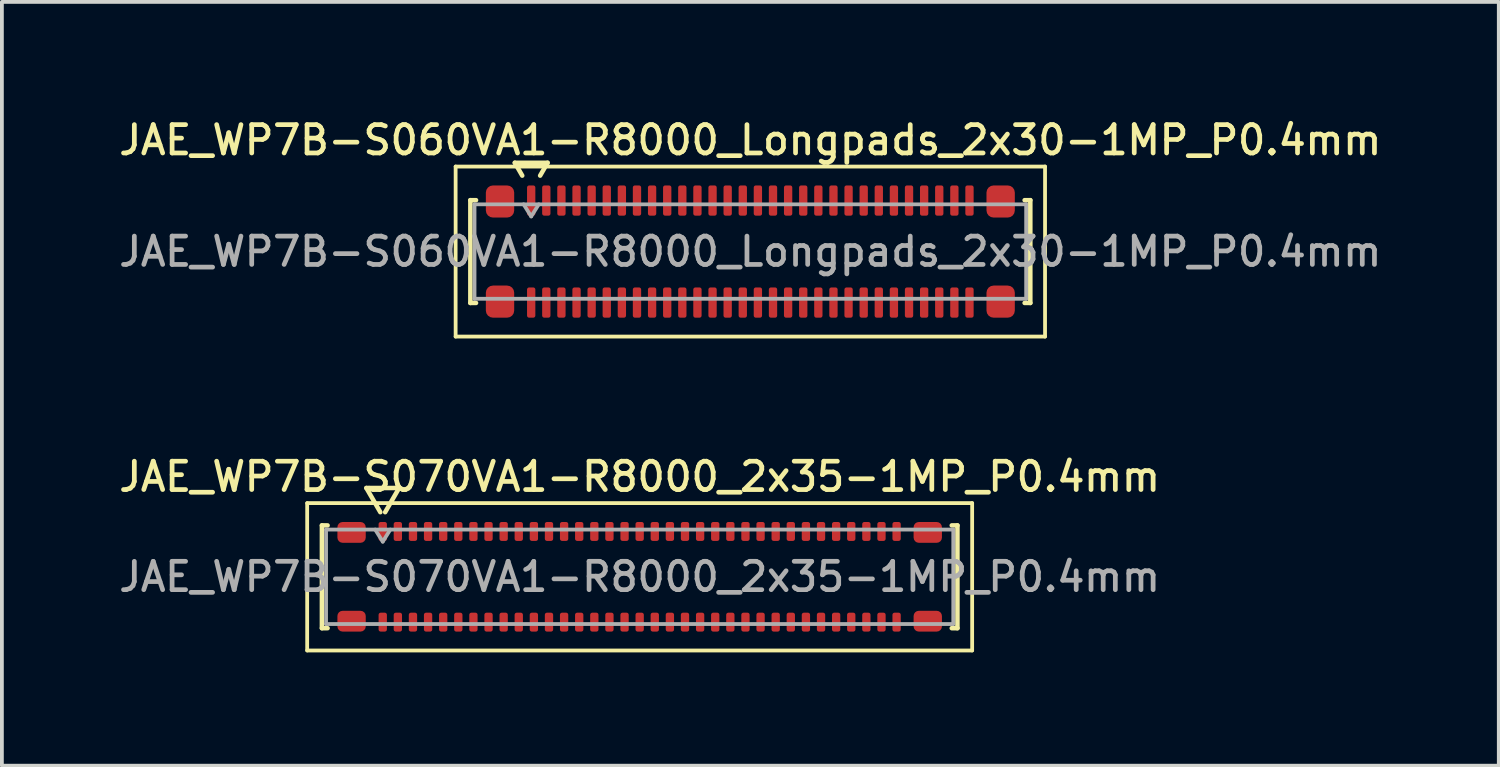
<source format=kicad_pcb>
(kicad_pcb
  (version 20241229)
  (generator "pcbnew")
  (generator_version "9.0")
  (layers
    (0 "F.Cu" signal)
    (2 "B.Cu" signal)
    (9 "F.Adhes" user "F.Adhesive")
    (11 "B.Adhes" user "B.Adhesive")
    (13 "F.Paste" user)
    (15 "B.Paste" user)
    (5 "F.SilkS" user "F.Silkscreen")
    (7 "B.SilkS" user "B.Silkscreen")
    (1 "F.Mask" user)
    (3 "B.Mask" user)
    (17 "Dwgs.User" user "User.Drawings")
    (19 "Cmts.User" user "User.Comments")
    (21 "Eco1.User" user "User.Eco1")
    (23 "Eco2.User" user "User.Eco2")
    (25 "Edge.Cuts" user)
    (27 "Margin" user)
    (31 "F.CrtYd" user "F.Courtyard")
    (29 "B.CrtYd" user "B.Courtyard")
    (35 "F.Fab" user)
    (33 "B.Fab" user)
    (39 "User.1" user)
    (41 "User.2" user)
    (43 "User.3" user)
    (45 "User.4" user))
  (footprint "JAE_WP7B-S070VA1-R8000_2x35-1MP_P0.4mm"
    (layer "F.Cu")
    (at 13.88 12.216)
    (property "Reference" "JAE_WP7B-S070VA1-R8000_2x35-1MP_P0.4mm" (at 0 -2.65 0) (layer "F.SilkS") (effects (font (size 0.75 0.75) (thickness 0.125))))
    (attr smd)
    (fp_line (start -8.8 -1.95) (end -8.8 1.95) (stroke (width 0.1) (type solid)) (layer "F.SilkS"))
    (fp_line (start -8.8 1.95) (end 8.8 1.95) (stroke (width 0.1) (type solid)) (layer "F.SilkS"))
    (fp_line (start -8.41 -1.36) (end -8.26 -1.36) (stroke (width 0.12) (type solid)) (layer "F.SilkS"))
    (fp_line (start -8.41 1.36) (end -8.41 -1.36) (stroke (width 0.12) (type solid)) (layer "F.SilkS"))
    (fp_line (start -8.26 1.36) (end -8.41 1.36) (stroke (width 0.12) (type solid)) (layer "F.SilkS"))
    (fp_line (start -7.233 -2.35) (end -6.864 -1.71) (stroke (width 0.12) (type solid)) (layer "F.SilkS"))
    (fp_line (start -6.736 -1.71) (end -6.367 -2.35) (stroke (width 0.12) (type solid)) (layer "F.SilkS"))
    (fp_line (start -6.367 -2.35) (end -7.233 -2.35) (stroke (width 0.12) (type solid)) (layer "F.SilkS"))
    (fp_line (start 8.26 -1.36) (end 8.41 -1.36) (stroke (width 0.12) (type solid)) (layer "F.SilkS"))
    (fp_line (start 8.41 -1.36) (end 8.41 1.36) (stroke (width 0.12) (type solid)) (layer "F.SilkS"))
    (fp_line (start 8.41 1.36) (end 8.26 1.36) (stroke (width 0.12) (type solid)) (layer "F.SilkS"))
    (fp_line (start 8.8 -1.95) (end -8.8 -1.95) (stroke (width 0.1) (type solid)) (layer "F.SilkS"))
    (fp_line (start 8.8 1.95) (end 8.8 -1.95) (stroke (width 0.1) (type solid)) (layer "F.SilkS"))
    (fp_line (start -8.3 -1.25) (end 8.3 -1.25) (stroke (width 0.1) (type solid)) (layer "F.Fab"))
    (fp_line (start -8.3 1.25) (end -8.3 -1.25) (stroke (width 0.1) (type solid)) (layer "F.Fab"))
    (fp_line (start -7 -1.25) (end -6.8 -0.93) (stroke (width 0.1) (type solid)) (layer "F.Fab"))
    (fp_line (start -6.8 -0.93) (end -6.6 -1.25) (stroke (width 0.1) (type solid)) (layer "F.Fab"))
    (fp_line (start 8.3 -1.25) (end 8.3 1.25) (stroke (width 0.1) (type solid)) (layer "F.Fab"))
    (fp_line (start 8.3 1.25) (end -8.3 1.25) (stroke (width 0.1) (type solid)) (layer "F.Fab"))
    (fp_text user "${REFERENCE}" (at 0 0 0) (layer "F.Fab") (effects (font (size 0.75 0.75) (thickness 0.125))))
    (pad "1" smd roundrect (at -6.8 -1.2) (size 0.22 0.5) (layers "F.Cu" "F.Mask" "F.Paste") (roundrect_rratio 0.25))
    (pad "2" smd roundrect (at -6.8 1.2) (size 0.22 0.5) (layers "F.Cu" "F.Mask" "F.Paste") (roundrect_rratio 0.25))
    (pad "3" smd roundrect (at -6.4 -1.2) (size 0.22 0.5) (layers "F.Cu" "F.Mask" "F.Paste") (roundrect_rratio 0.25))
    (pad "4" smd roundrect (at -6.4 1.2) (size 0.22 0.5) (layers "F.Cu" "F.Mask" "F.Paste") (roundrect_rratio 0.25))
    (pad "5" smd roundrect (at -6 -1.2) (size 0.22 0.5) (layers "F.Cu" "F.Mask" "F.Paste") (roundrect_rratio 0.25))
    (pad "6" smd roundrect (at -6 1.2) (size 0.22 0.5) (layers "F.Cu" "F.Mask" "F.Paste") (roundrect_rratio 0.25))
    (pad "7" smd roundrect (at -5.6 -1.2) (size 0.22 0.5) (layers "F.Cu" "F.Mask" "F.Paste") (roundrect_rratio 0.25))
    (pad "8" smd roundrect (at -5.6 1.2) (size 0.22 0.5) (layers "F.Cu" "F.Mask" "F.Paste") (roundrect_rratio 0.25))
    (pad "9" smd roundrect (at -5.2 -1.2) (size 0.22 0.5) (layers "F.Cu" "F.Mask" "F.Paste") (roundrect_rratio 0.25))
    (pad "10" smd roundrect (at -5.2 1.2) (size 0.22 0.5) (layers "F.Cu" "F.Mask" "F.Paste") (roundrect_rratio 0.25))
    (pad "11" smd roundrect (at -4.8 -1.2) (size 0.22 0.5) (layers "F.Cu" "F.Mask" "F.Paste") (roundrect_rratio 0.25))
    (pad "12" smd roundrect (at -4.8 1.2) (size 0.22 0.5) (layers "F.Cu" "F.Mask" "F.Paste") (roundrect_rratio 0.25))
    (pad "13" smd roundrect (at -4.4 -1.2) (size 0.22 0.5) (layers "F.Cu" "F.Mask" "F.Paste") (roundrect_rratio 0.25))
    (pad "14" smd roundrect (at -4.4 1.2) (size 0.22 0.5) (layers "F.Cu" "F.Mask" "F.Paste") (roundrect_rratio 0.25))
    (pad "15" smd roundrect (at -4 -1.2) (size 0.22 0.5) (layers "F.Cu" "F.Mask" "F.Paste") (roundrect_rratio 0.25))
    (pad "16" smd roundrect (at -4 1.2) (size 0.22 0.5) (layers "F.Cu" "F.Mask" "F.Paste") (roundrect_rratio 0.25))
    (pad "17" smd roundrect (at -3.6 -1.2) (size 0.22 0.5) (layers "F.Cu" "F.Mask" "F.Paste") (roundrect_rratio 0.25))
    (pad "18" smd roundrect (at -3.6 1.2) (size 0.22 0.5) (layers "F.Cu" "F.Mask" "F.Paste") (roundrect_rratio 0.25))
    (pad "19" smd roundrect (at -3.2 -1.2) (size 0.22 0.5) (layers "F.Cu" "F.Mask" "F.Paste") (roundrect_rratio 0.25))
    (pad "20" smd roundrect (at -3.2 1.2) (size 0.22 0.5) (layers "F.Cu" "F.Mask" "F.Paste") (roundrect_rratio 0.25))
    (pad "21" smd roundrect (at -2.8 -1.2) (size 0.22 0.5) (layers "F.Cu" "F.Mask" "F.Paste") (roundrect_rratio 0.25))
    (pad "22" smd roundrect (at -2.8 1.2) (size 0.22 0.5) (layers "F.Cu" "F.Mask" "F.Paste") (roundrect_rratio 0.25))
    (pad "23" smd roundrect (at -2.4 -1.2) (size 0.22 0.5) (layers "F.Cu" "F.Mask" "F.Paste") (roundrect_rratio 0.25))
    (pad "24" smd roundrect (at -2.4 1.2) (size 0.22 0.5) (layers "F.Cu" "F.Mask" "F.Paste") (roundrect_rratio 0.25))
    (pad "25" smd roundrect (at -2 -1.2) (size 0.22 0.5) (layers "F.Cu" "F.Mask" "F.Paste") (roundrect_rratio 0.25))
    (pad "26" smd roundrect (at -2 1.2) (size 0.22 0.5) (layers "F.Cu" "F.Mask" "F.Paste") (roundrect_rratio 0.25))
    (pad "27" smd roundrect (at -1.6 -1.2) (size 0.22 0.5) (layers "F.Cu" "F.Mask" "F.Paste") (roundrect_rratio 0.25))
    (pad "28" smd roundrect (at -1.6 1.2) (size 0.22 0.5) (layers "F.Cu" "F.Mask" "F.Paste") (roundrect_rratio 0.25))
    (pad "29" smd roundrect (at -1.2 -1.2) (size 0.22 0.5) (layers "F.Cu" "F.Mask" "F.Paste") (roundrect_rratio 0.25))
    (pad "30" smd roundrect (at -1.2 1.2) (size 0.22 0.5) (layers "F.Cu" "F.Mask" "F.Paste") (roundrect_rratio 0.25))
    (pad "31" smd roundrect (at -0.8 -1.2) (size 0.22 0.5) (layers "F.Cu" "F.Mask" "F.Paste") (roundrect_rratio 0.25))
    (pad "32" smd roundrect (at -0.8 1.2) (size 0.22 0.5) (layers "F.Cu" "F.Mask" "F.Paste") (roundrect_rratio 0.25))
    (pad "33" smd roundrect (at -0.4 -1.2) (size 0.22 0.5) (layers "F.Cu" "F.Mask" "F.Paste") (roundrect_rratio 0.25))
    (pad "34" smd roundrect (at -0.4 1.2) (size 0.22 0.5) (layers "F.Cu" "F.Mask" "F.Paste") (roundrect_rratio 0.25))
    (pad "35" smd roundrect (at 0 -1.2) (size 0.22 0.5) (layers "F.Cu" "F.Mask" "F.Paste") (roundrect_rratio 0.25))
    (pad "36" smd roundrect (at 0 1.2) (size 0.22 0.5) (layers "F.Cu" "F.Mask" "F.Paste") (roundrect_rratio 0.25))
    (pad "37" smd roundrect (at 0.4 -1.2) (size 0.22 0.5) (layers "F.Cu" "F.Mask" "F.Paste") (roundrect_rratio 0.25))
    (pad "38" smd roundrect (at 0.4 1.2) (size 0.22 0.5) (layers "F.Cu" "F.Mask" "F.Paste") (roundrect_rratio 0.25))
    (pad "39" smd roundrect (at 0.8 -1.2) (size 0.22 0.5) (layers "F.Cu" "F.Mask" "F.Paste") (roundrect_rratio 0.25))
    (pad "40" smd roundrect (at 0.8 1.2) (size 0.22 0.5) (layers "F.Cu" "F.Mask" "F.Paste") (roundrect_rratio 0.25))
    (pad "41" smd roundrect (at 1.2 -1.2) (size 0.22 0.5) (layers "F.Cu" "F.Mask" "F.Paste") (roundrect_rratio 0.25))
    (pad "42" smd roundrect (at 1.2 1.2) (size 0.22 0.5) (layers "F.Cu" "F.Mask" "F.Paste") (roundrect_rratio 0.25))
    (pad "43" smd roundrect (at 1.6 -1.2) (size 0.22 0.5) (layers "F.Cu" "F.Mask" "F.Paste") (roundrect_rratio 0.25))
    (pad "44" smd roundrect (at 1.6 1.2) (size 0.22 0.5) (layers "F.Cu" "F.Mask" "F.Paste") (roundrect_rratio 0.25))
    (pad "45" smd roundrect (at 2 -1.2) (size 0.22 0.5) (layers "F.Cu" "F.Mask" "F.Paste") (roundrect_rratio 0.25))
    (pad "46" smd roundrect (at 2 1.2) (size 0.22 0.5) (layers "F.Cu" "F.Mask" "F.Paste") (roundrect_rratio 0.25))
    (pad "47" smd roundrect (at 2.4 -1.2) (size 0.22 0.5) (layers "F.Cu" "F.Mask" "F.Paste") (roundrect_rratio 0.25))
    (pad "48" smd roundrect (at 2.4 1.2) (size 0.22 0.5) (layers "F.Cu" "F.Mask" "F.Paste") (roundrect_rratio 0.25))
    (pad "49" smd roundrect (at 2.8 -1.2) (size 0.22 0.5) (layers "F.Cu" "F.Mask" "F.Paste") (roundrect_rratio 0.25))
    (pad "50" smd roundrect (at 2.8 1.2) (size 0.22 0.5) (layers "F.Cu" "F.Mask" "F.Paste") (roundrect_rratio 0.25))
    (pad "51" smd roundrect (at 3.2 -1.2) (size 0.22 0.5) (layers "F.Cu" "F.Mask" "F.Paste") (roundrect_rratio 0.25))
    (pad "52" smd roundrect (at 3.2 1.2) (size 0.22 0.5) (layers "F.Cu" "F.Mask" "F.Paste") (roundrect_rratio 0.25))
    (pad "53" smd roundrect (at 3.6 -1.2) (size 0.22 0.5) (layers "F.Cu" "F.Mask" "F.Paste") (roundrect_rratio 0.25))
    (pad "54" smd roundrect (at 3.6 1.2) (size 0.22 0.5) (layers "F.Cu" "F.Mask" "F.Paste") (roundrect_rratio 0.25))
    (pad "55" smd roundrect (at 4 -1.2) (size 0.22 0.5) (layers "F.Cu" "F.Mask" "F.Paste") (roundrect_rratio 0.25))
    (pad "56" smd roundrect (at 4 1.2) (size 0.22 0.5) (layers "F.Cu" "F.Mask" "F.Paste") (roundrect_rratio 0.25))
    (pad "57" smd roundrect (at 4.4 -1.2) (size 0.22 0.5) (layers "F.Cu" "F.Mask" "F.Paste") (roundrect_rratio 0.25))
    (pad "58" smd roundrect (at 4.4 1.2) (size 0.22 0.5) (layers "F.Cu" "F.Mask" "F.Paste") (roundrect_rratio 0.25))
    (pad "59" smd roundrect (at 4.8 -1.2) (size 0.22 0.5) (layers "F.Cu" "F.Mask" "F.Paste") (roundrect_rratio 0.25))
    (pad "60" smd roundrect (at 4.8 1.2) (size 0.22 0.5) (layers "F.Cu" "F.Mask" "F.Paste") (roundrect_rratio 0.25))
    (pad "61" smd roundrect (at 5.2 -1.2) (size 0.22 0.5) (layers "F.Cu" "F.Mask" "F.Paste") (roundrect_rratio 0.25))
    (pad "62" smd roundrect (at 5.2 1.2) (size 0.22 0.5) (layers "F.Cu" "F.Mask" "F.Paste") (roundrect_rratio 0.25))
    (pad "63" smd roundrect (at 5.6 -1.2) (size 0.22 0.5) (layers "F.Cu" "F.Mask" "F.Paste") (roundrect_rratio 0.25))
    (pad "64" smd roundrect (at 5.6 1.2) (size 0.22 0.5) (layers "F.Cu" "F.Mask" "F.Paste") (roundrect_rratio 0.25))
    (pad "65" smd roundrect (at 6 -1.2) (size 0.22 0.5) (layers "F.Cu" "F.Mask" "F.Paste") (roundrect_rratio 0.25))
    (pad "66" smd roundrect (at 6 1.2) (size 0.22 0.5) (layers "F.Cu" "F.Mask" "F.Paste") (roundrect_rratio 0.25))
    (pad "67" smd roundrect (at 6.4 -1.2) (size 0.22 0.5) (layers "F.Cu" "F.Mask" "F.Paste") (roundrect_rratio 0.25))
    (pad "68" smd roundrect (at 6.4 1.2) (size 0.22 0.5) (layers "F.Cu" "F.Mask" "F.Paste") (roundrect_rratio 0.25))
    (pad "69" smd roundrect (at 6.8 -1.2) (size 0.22 0.5) (layers "F.Cu" "F.Mask" "F.Paste") (roundrect_rratio 0.25))
    (pad "70" smd roundrect (at 6.8 1.2) (size 0.22 0.5) (layers "F.Cu" "F.Mask" "F.Paste") (roundrect_rratio 0.25))
    (pad "MP" smd roundrect (at -7.625 -1.175) (size 0.75 0.55) (layers "F.Cu" "F.Mask" "F.Paste") (roundrect_rratio 0.25))
    (pad "MP" smd roundrect (at -7.625 1.175) (size 0.75 0.55) (layers "F.Cu" "F.Mask" "F.Paste") (roundrect_rratio 0.25))
    (pad "MP" smd roundrect (at 7.625 -1.175) (size 0.75 0.55) (layers "F.Cu" "F.Mask" "F.Paste") (roundrect_rratio 0.25))
    (pad "MP" smd roundrect (at 7.625 1.175) (size 0.75 0.55) (layers "F.Cu" "F.Mask" "F.Paste") (roundrect_rratio 0.25)))
  (footprint "JAE_WP7B-S060VA1-R8000_Longpads_2x30-1MP_P0.4mm"
    (layer "F.Cu")
    (at 16.809 3.608)
    (property "Reference" "JAE_WP7B-S060VA1-R8000_Longpads_2x30-1MP_P0.4mm" (at 0 -2.95 0) (layer "F.SilkS") (effects (font (size 0.75 0.75) (thickness 0.125))))
    (attr smd)
    (fp_line (start -7.8 -2.25) (end -7.8 2.25) (stroke (width 0.1) (type solid)) (layer "F.SilkS"))
    (fp_line (start -7.8 2.25) (end 7.8 2.25) (stroke (width 0.1) (type solid)) (layer "F.SilkS"))
    (fp_line (start -7.41 -1.36) (end -7.26 -1.36) (stroke (width 0.12) (type solid)) (layer "F.SilkS"))
    (fp_line (start -7.41 1.36) (end -7.41 -1.36) (stroke (width 0.12) (type solid)) (layer "F.SilkS"))
    (fp_line (start -7.26 1.36) (end -7.41 1.36) (stroke (width 0.12) (type solid)) (layer "F.SilkS"))
    (fp_line (start -6.233 -2.35) (end -6.037 -2.01) (stroke (width 0.12) (type solid)) (layer "F.SilkS"))
    (fp_line (start -5.563 -2.01) (end -5.367 -2.35) (stroke (width 0.12) (type solid)) (layer "F.SilkS"))
    (fp_line (start -5.367 -2.35) (end -6.233 -2.35) (stroke (width 0.12) (type solid)) (layer "F.SilkS"))
    (fp_line (start 7.26 -1.36) (end 7.41 -1.36) (stroke (width 0.12) (type solid)) (layer "F.SilkS"))
    (fp_line (start 7.41 -1.36) (end 7.41 1.36) (stroke (width 0.12) (type solid)) (layer "F.SilkS"))
    (fp_line (start 7.41 1.36) (end 7.26 1.36) (stroke (width 0.12) (type solid)) (layer "F.SilkS"))
    (fp_line (start 7.8 -2.25) (end -7.8 -2.25) (stroke (width 0.1) (type solid)) (layer "F.SilkS"))
    (fp_line (start 7.8 2.25) (end 7.8 -2.25) (stroke (width 0.1) (type solid)) (layer "F.SilkS"))
    (fp_line (start -7.3 -1.25) (end 7.3 -1.25) (stroke (width 0.1) (type solid)) (layer "F.Fab"))
    (fp_line (start -7.3 1.25) (end -7.3 -1.25) (stroke (width 0.1) (type solid)) (layer "F.Fab"))
    (fp_line (start -6 -1.25) (end -5.8 -0.93) (stroke (width 0.1) (type solid)) (layer "F.Fab"))
    (fp_line (start -5.8 -0.93) (end -5.6 -1.25) (stroke (width 0.1) (type solid)) (layer "F.Fab"))
    (fp_line (start 7.3 -1.25) (end 7.3 1.25) (stroke (width 0.1) (type solid)) (layer "F.Fab"))
    (fp_line (start 7.3 1.25) (end -7.3 1.25) (stroke (width 0.1) (type solid)) (layer "F.Fab"))
    (fp_text user "${REFERENCE}" (at 0 0 0) (layer "F.Fab") (effects (font (size 0.75 0.75) (thickness 0.125))))
    (pad "1" smd roundrect (at -5.8 -1.35) (size 0.22 0.8) (layers "F.Cu" "F.Mask" "F.Paste") (roundrect_rratio 0.25))
    (pad "2" smd roundrect (at -5.8 1.35) (size 0.22 0.8) (layers "F.Cu" "F.Mask" "F.Paste") (roundrect_rratio 0.25))
    (pad "3" smd roundrect (at -5.4 -1.35) (size 0.22 0.8) (layers "F.Cu" "F.Mask" "F.Paste") (roundrect_rratio 0.25))
    (pad "4" smd roundrect (at -5.4 1.35) (size 0.22 0.8) (layers "F.Cu" "F.Mask" "F.Paste") (roundrect_rratio 0.25))
    (pad "5" smd roundrect (at -5 -1.35) (size 0.22 0.8) (layers "F.Cu" "F.Mask" "F.Paste") (roundrect_rratio 0.25))
    (pad "6" smd roundrect (at -5 1.35) (size 0.22 0.8) (layers "F.Cu" "F.Mask" "F.Paste") (roundrect_rratio 0.25))
    (pad "7" smd roundrect (at -4.6 -1.35) (size 0.22 0.8) (layers "F.Cu" "F.Mask" "F.Paste") (roundrect_rratio 0.25))
    (pad "8" smd roundrect (at -4.6 1.35) (size 0.22 0.8) (layers "F.Cu" "F.Mask" "F.Paste") (roundrect_rratio 0.25))
    (pad "9" smd roundrect (at -4.2 -1.35) (size 0.22 0.8) (layers "F.Cu" "F.Mask" "F.Paste") (roundrect_rratio 0.25))
    (pad "10" smd roundrect (at -4.2 1.35) (size 0.22 0.8) (layers "F.Cu" "F.Mask" "F.Paste") (roundrect_rratio 0.25))
    (pad "11" smd roundrect (at -3.8 -1.35) (size 0.22 0.8) (layers "F.Cu" "F.Mask" "F.Paste") (roundrect_rratio 0.25))
    (pad "12" smd roundrect (at -3.8 1.35) (size 0.22 0.8) (layers "F.Cu" "F.Mask" "F.Paste") (roundrect_rratio 0.25))
    (pad "13" smd roundrect (at -3.4 -1.35) (size 0.22 0.8) (layers "F.Cu" "F.Mask" "F.Paste") (roundrect_rratio 0.25))
    (pad "14" smd roundrect (at -3.4 1.35) (size 0.22 0.8) (layers "F.Cu" "F.Mask" "F.Paste") (roundrect_rratio 0.25))
    (pad "15" smd roundrect (at -3 -1.35) (size 0.22 0.8) (layers "F.Cu" "F.Mask" "F.Paste") (roundrect_rratio 0.25))
    (pad "16" smd roundrect (at -3 1.35) (size 0.22 0.8) (layers "F.Cu" "F.Mask" "F.Paste") (roundrect_rratio 0.25))
    (pad "17" smd roundrect (at -2.6 -1.35) (size 0.22 0.8) (layers "F.Cu" "F.Mask" "F.Paste") (roundrect_rratio 0.25))
    (pad "18" smd roundrect (at -2.6 1.35) (size 0.22 0.8) (layers "F.Cu" "F.Mask" "F.Paste") (roundrect_rratio 0.25))
    (pad "19" smd roundrect (at -2.2 -1.35) (size 0.22 0.8) (layers "F.Cu" "F.Mask" "F.Paste") (roundrect_rratio 0.25))
    (pad "20" smd roundrect (at -2.2 1.35) (size 0.22 0.8) (layers "F.Cu" "F.Mask" "F.Paste") (roundrect_rratio 0.25))
    (pad "21" smd roundrect (at -1.8 -1.35) (size 0.22 0.8) (layers "F.Cu" "F.Mask" "F.Paste") (roundrect_rratio 0.25))
    (pad "22" smd roundrect (at -1.8 1.35) (size 0.22 0.8) (layers "F.Cu" "F.Mask" "F.Paste") (roundrect_rratio 0.25))
    (pad "23" smd roundrect (at -1.4 -1.35) (size 0.22 0.8) (layers "F.Cu" "F.Mask" "F.Paste") (roundrect_rratio 0.25))
    (pad "24" smd roundrect (at -1.4 1.35) (size 0.22 0.8) (layers "F.Cu" "F.Mask" "F.Paste") (roundrect_rratio 0.25))
    (pad "25" smd roundrect (at -1 -1.35) (size 0.22 0.8) (layers "F.Cu" "F.Mask" "F.Paste") (roundrect_rratio 0.25))
    (pad "26" smd roundrect (at -1 1.35) (size 0.22 0.8) (layers "F.Cu" "F.Mask" "F.Paste") (roundrect_rratio 0.25))
    (pad "27" smd roundrect (at -0.6 -1.35) (size 0.22 0.8) (layers "F.Cu" "F.Mask" "F.Paste") (roundrect_rratio 0.25))
    (pad "28" smd roundrect (at -0.6 1.35) (size 0.22 0.8) (layers "F.Cu" "F.Mask" "F.Paste") (roundrect_rratio 0.25))
    (pad "29" smd roundrect (at -0.2 -1.35) (size 0.22 0.8) (layers "F.Cu" "F.Mask" "F.Paste") (roundrect_rratio 0.25))
    (pad "30" smd roundrect (at -0.2 1.35) (size 0.22 0.8) (layers "F.Cu" "F.Mask" "F.Paste") (roundrect_rratio 0.25))
    (pad "31" smd roundrect (at 0.2 -1.35) (size 0.22 0.8) (layers "F.Cu" "F.Mask" "F.Paste") (roundrect_rratio 0.25))
    (pad "32" smd roundrect (at 0.2 1.35) (size 0.22 0.8) (layers "F.Cu" "F.Mask" "F.Paste") (roundrect_rratio 0.25))
    (pad "33" smd roundrect (at 0.6 -1.35) (size 0.22 0.8) (layers "F.Cu" "F.Mask" "F.Paste") (roundrect_rratio 0.25))
    (pad "34" smd roundrect (at 0.6 1.35) (size 0.22 0.8) (layers "F.Cu" "F.Mask" "F.Paste") (roundrect_rratio 0.25))
    (pad "35" smd roundrect (at 1 -1.35) (size 0.22 0.8) (layers "F.Cu" "F.Mask" "F.Paste") (roundrect_rratio 0.25))
    (pad "36" smd roundrect (at 1 1.35) (size 0.22 0.8) (layers "F.Cu" "F.Mask" "F.Paste") (roundrect_rratio 0.25))
    (pad "37" smd roundrect (at 1.4 -1.35) (size 0.22 0.8) (layers "F.Cu" "F.Mask" "F.Paste") (roundrect_rratio 0.25))
    (pad "38" smd roundrect (at 1.4 1.35) (size 0.22 0.8) (layers "F.Cu" "F.Mask" "F.Paste") (roundrect_rratio 0.25))
    (pad "39" smd roundrect (at 1.8 -1.35) (size 0.22 0.8) (layers "F.Cu" "F.Mask" "F.Paste") (roundrect_rratio 0.25))
    (pad "40" smd roundrect (at 1.8 1.35) (size 0.22 0.8) (layers "F.Cu" "F.Mask" "F.Paste") (roundrect_rratio 0.25))
    (pad "41" smd roundrect (at 2.2 -1.35) (size 0.22 0.8) (layers "F.Cu" "F.Mask" "F.Paste") (roundrect_rratio 0.25))
    (pad "42" smd roundrect (at 2.2 1.35) (size 0.22 0.8) (layers "F.Cu" "F.Mask" "F.Paste") (roundrect_rratio 0.25))
    (pad "43" smd roundrect (at 2.6 -1.35) (size 0.22 0.8) (layers "F.Cu" "F.Mask" "F.Paste") (roundrect_rratio 0.25))
    (pad "44" smd roundrect (at 2.6 1.35) (size 0.22 0.8) (layers "F.Cu" "F.Mask" "F.Paste") (roundrect_rratio 0.25))
    (pad "45" smd roundrect (at 3 -1.35) (size 0.22 0.8) (layers "F.Cu" "F.Mask" "F.Paste") (roundrect_rratio 0.25))
    (pad "46" smd roundrect (at 3 1.35) (size 0.22 0.8) (layers "F.Cu" "F.Mask" "F.Paste") (roundrect_rratio 0.25))
    (pad "47" smd roundrect (at 3.4 -1.35) (size 0.22 0.8) (layers "F.Cu" "F.Mask" "F.Paste") (roundrect_rratio 0.25))
    (pad "48" smd roundrect (at 3.4 1.35) (size 0.22 0.8) (layers "F.Cu" "F.Mask" "F.Paste") (roundrect_rratio 0.25))
    (pad "49" smd roundrect (at 3.8 -1.35) (size 0.22 0.8) (layers "F.Cu" "F.Mask" "F.Paste") (roundrect_rratio 0.25))
    (pad "50" smd roundrect (at 3.8 1.35) (size 0.22 0.8) (layers "F.Cu" "F.Mask" "F.Paste") (roundrect_rratio 0.25))
    (pad "51" smd roundrect (at 4.2 -1.35) (size 0.22 0.8) (layers "F.Cu" "F.Mask" "F.Paste") (roundrect_rratio 0.25))
    (pad "52" smd roundrect (at 4.2 1.35) (size 0.22 0.8) (layers "F.Cu" "F.Mask" "F.Paste") (roundrect_rratio 0.25))
    (pad "53" smd roundrect (at 4.6 -1.35) (size 0.22 0.8) (layers "F.Cu" "F.Mask" "F.Paste") (roundrect_rratio 0.25))
    (pad "54" smd roundrect (at 4.6 1.35) (size 0.22 0.8) (layers "F.Cu" "F.Mask" "F.Paste") (roundrect_rratio 0.25))
    (pad "55" smd roundrect (at 5 -1.35) (size 0.22 0.8) (layers "F.Cu" "F.Mask" "F.Paste") (roundrect_rratio 0.25))
    (pad "56" smd roundrect (at 5 1.35) (size 0.22 0.8) (layers "F.Cu" "F.Mask" "F.Paste") (roundrect_rratio 0.25))
    (pad "57" smd roundrect (at 5.4 -1.35) (size 0.22 0.8) (layers "F.Cu" "F.Mask" "F.Paste") (roundrect_rratio 0.25))
    (pad "58" smd roundrect (at 5.4 1.35) (size 0.22 0.8) (layers "F.Cu" "F.Mask" "F.Paste") (roundrect_rratio 0.25))
    (pad "59" smd roundrect (at 5.8 -1.35) (size 0.22 0.8) (layers "F.Cu" "F.Mask" "F.Paste") (roundrect_rratio 0.25))
    (pad "60" smd roundrect (at 5.8 1.35) (size 0.22 0.8) (layers "F.Cu" "F.Mask" "F.Paste") (roundrect_rratio 0.25))
    (pad "MP" smd roundrect (at -6.625 -1.325) (size 0.75 0.85) (layers "F.Cu" "F.Mask" "F.Paste") (roundrect_rratio 0.25))
    (pad "MP" smd roundrect (at -6.625 1.325) (size 0.75 0.85) (layers "F.Cu" "F.Mask" "F.Paste") (roundrect_rratio 0.25))
    (pad "MP" smd roundrect (at 6.625 -1.325) (size 0.75 0.85) (layers "F.Cu" "F.Mask" "F.Paste") (roundrect_rratio 0.25))
    (pad "MP" smd roundrect (at 6.625 1.325) (size 0.75 0.85) (layers "F.Cu" "F.Mask" "F.Paste") (roundrect_rratio 0.25)))
  (gr_rect
    (start -3 -3)
    (end 36.618 17.216)
    (stroke (width 0.1) (type default))
    (fill no)
    (layer "Edge.Cuts")))
</source>
